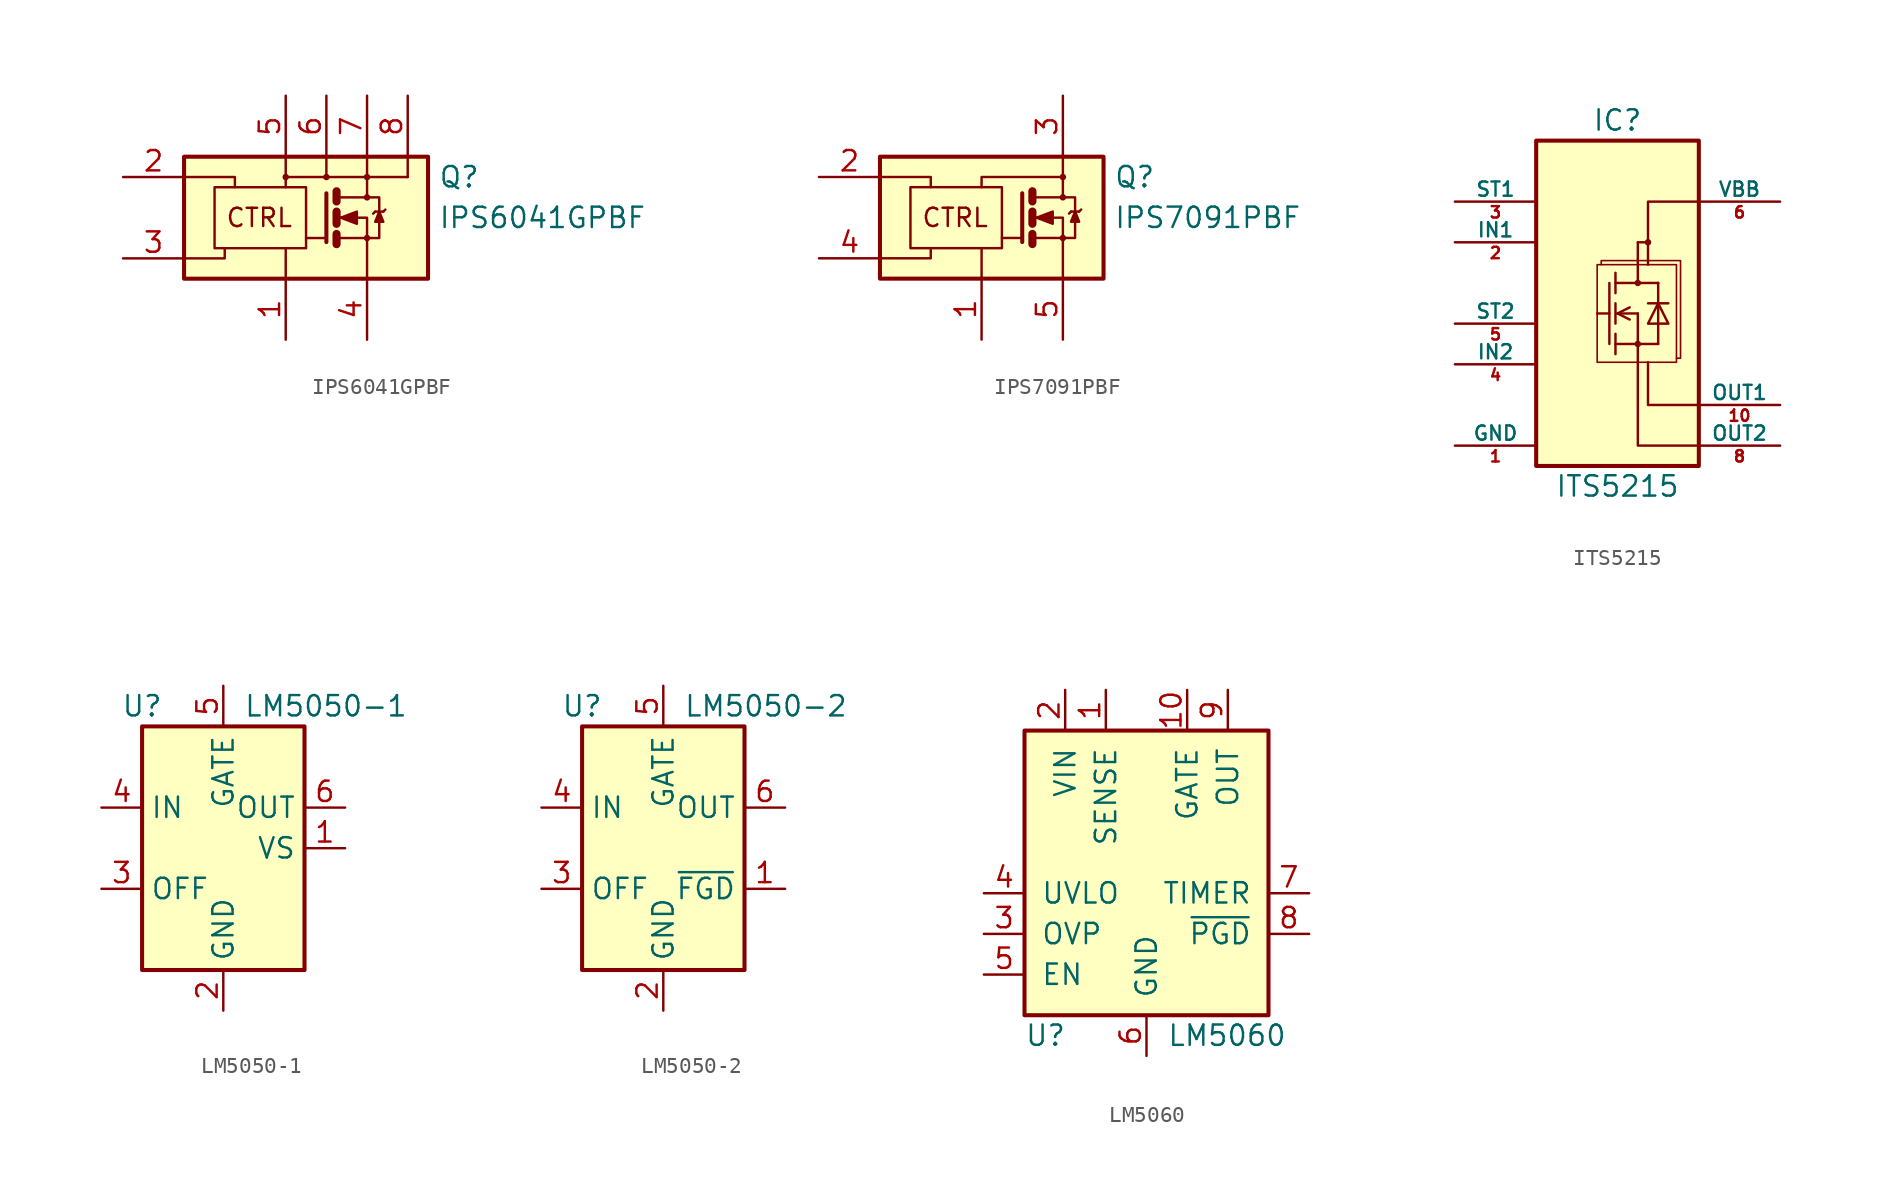
<source format=kicad_sym>
(kicad_symbol_lib
  (version 20201005)
  (generator kicad_symbol_editor)
  (symbol "IPS6041GPBF"
    (pin_names
      (offset 0) hide)
    (property "Reference" "Q"
      (at 9.525 2.54 0)
      (effects (font (size 1.27 1.27)) (justify left)))
    (property "Value" "IPS6041GPBF"
      (at 9.525 0 0)
      (effects (font (size 1.27 1.27)) (justify left)))
    (symbol "IPS6041GPBF_0_0"
      (circle (center 0 2.54) (radius 0.127) (stroke (width 0)) (fill (type none)))
      (circle (center 2.54 2.54) (radius 0.127) (stroke (width 0)) (fill (type none)))
      (circle (center 5.08 2.54) (radius 0.127) (stroke (width 0)) (fill (type none)))
      (text "CTRL" (at -1.651 0 0) (effects (font (size 1.143 1.143))))
      (rectangle (start -6.35 3.81) (end 8.89 -3.81) (stroke (width 0.254)) (fill (type background)))
      (polyline (pts (xy 0 -3.81) (xy 0 -1.905)) (stroke (width 0)) (fill (type none)))
      (polyline (pts (xy 0 2.54) (xy 0 3.81)) (stroke (width 0)) (fill (type none)))
      (polyline (pts (xy 2.54 2.54) (xy 2.54 3.81)) (stroke (width 0)) (fill (type none)))
      (polyline (pts (xy -6.35 -2.54) (xy -3.81 -2.54) (xy -3.81 -1.905)) (stroke (width 0)) (fill (type none)))
      (polyline (pts (xy -6.35 2.54) (xy -3.175 2.54) (xy -3.175 1.905)) (stroke (width 0)) (fill (type none)))
      (polyline (pts (xy 0 1.905) (xy 0 2.54) (xy 5.08 2.54)) (stroke (width 0)) (fill (type none))))
    (symbol "IPS6041GPBF_0_1"
      (circle (center 5.08 -1.27) (radius 0.127) (stroke (width 0)) (fill (type none)))
      (circle (center 5.08 1.27) (radius 0.127) (stroke (width 0)) (fill (type none)))
      (rectangle (start -4.445 1.905) (end 1.27 -1.905) (stroke (width 0)) (fill (type none)))
      (polyline (pts (xy 2.54 -1.27) (xy 1.27 -1.27)) (stroke (width 0)) (fill (type none)))
      (polyline (pts (xy 3.175 -1.016) (xy 3.175 -1.651)) (stroke (width 0.508)) (fill (type none)))
      (polyline (pts (xy 3.175 0.381) (xy 3.175 -0.381)) (stroke (width 0.508)) (fill (type none)))
      (polyline (pts (xy 3.175 1.651) (xy 3.175 1.016)) (stroke (width 0.508)) (fill (type none)))
      (polyline (pts (xy 3.302 -1.27) (xy 5.08 -1.27)) (stroke (width 0)) (fill (type none)))
      (polyline (pts (xy 3.302 1.27) (xy 5.08 1.27)) (stroke (width 0)) (fill (type none)))
      (polyline (pts (xy 5.08 1.27) (xy 5.08 3.81)) (stroke (width 0)) (fill (type none)))
      (polyline (pts (xy 5.08 2.54) (xy 7.62 2.54)) (stroke (width 0)) (fill (type none)))
      (polyline (pts (xy 5.588 0.381) (xy 5.461 0.254)) (stroke (width 0)) (fill (type none)))
      (polyline (pts (xy 5.588 0.381) (xy 6.096 0.381)) (stroke (width 0)) (fill (type none)))
      (polyline (pts (xy 6.096 0.381) (xy 6.223 0.508)) (stroke (width 0)) (fill (type none)))
      (polyline (pts (xy 7.62 3.81) (xy 7.62 2.54)) (stroke (width 0)) (fill (type none)))
      (polyline (pts (xy 2.54 1.524) (xy 2.54 -1.524) (xy 2.54 -1.524)) (stroke (width 0.254)) (fill (type none)))
      (polyline (pts (xy 3.302 0) (xy 5.08 0) (xy 5.08 -3.81)) (stroke (width 0)) (fill (type none)))
      (polyline (pts (xy 5.08 -1.27) (xy 5.842 -1.27) (xy 5.842 1.27) (xy 5.08 1.27)) (stroke (width 0)) (fill (type none)))
      (polyline (pts (xy 5.842 0.381) (xy 5.588 -0.254) (xy 6.096 -0.254) (xy 5.842 0.381)) (stroke (width 0)) (fill (type outline)))
      (polyline (pts (xy 3.429 0) (xy 4.445 0.381) (xy 4.445 -0.381) (xy 3.429 0) (xy 3.556 0) (xy 3.556 0)) (stroke (width 0)) (fill (type outline))))
    (symbol "IPS6041GPBF_1_1"
      (pin power_in line (at 0 -7.62 90) (length 3.81) (name "GND" (effects (font (size 1.27 1.27)))) (number "1" (effects (font (size 1.27 1.27)))))
      (pin input line (at -10.16 2.54 0) (length 3.81) (name "IN" (effects (font (size 1.27 1.27)))) (number "2" (effects (font (size 1.27 1.27)))))
      (pin bidirectional line (at -10.16 -2.54 0) (length 3.81) (name "DG" (effects (font (size 1.27 1.27)))) (number "3" (effects (font (size 1.27 1.27)))))
      (pin output line (at 5.08 -7.62 90) (length 3.81) (name "OUT" (effects (font (size 1.27 1.27)))) (number "4" (effects (font (size 1.27 1.27)))))
      (pin power_in line (at 0 7.62 270) (length 3.81) (name "VCC" (effects (font (size 1.27 1.27)))) (number "5" (effects (font (size 1.27 1.27)))))
      (pin power_in line (at 2.54 7.62 270) (length 3.81) (name "~" (effects (font (size 1.27 1.27)))) (number "6" (effects (font (size 1.27 1.27)))))
      (pin power_in line (at 5.08 7.62 270) (length 3.81) (name "~" (effects (font (size 1.27 1.27)))) (number "7" (effects (font (size 1.27 1.27)))))
      (pin power_in line (at 7.62 7.62 270) (length 3.81) (name "~" (effects (font (size 1.27 1.27)))) (number "8" (effects (font (size 1.27 1.27)))))))
  (symbol "IPS7091PBF"
    (pin_names
      (offset 0) hide)
    (property "Reference" "Q"
      (at 8.255 2.54 0)
      (effects (font (size 1.27 1.27)) (justify left)))
    (property "Value" "IPS7091PBF"
      (at 8.255 0 0)
      (effects (font (size 1.27 1.27)) (justify left)))
    (symbol "IPS7091PBF_0_0"
      (circle (center 5.08 2.54) (radius 0.127) (stroke (width 0)) (fill (type none)))
      (text "CTRL" (at -1.651 0 0) (effects (font (size 1.143 1.143))))
      (rectangle (start -6.35 3.81) (end 7.62 -3.81) (stroke (width 0.254)) (fill (type background)))
      (polyline (pts (xy 0 -3.81) (xy 0 -1.905)) (stroke (width 0)) (fill (type none)))
      (polyline (pts (xy -6.35 -2.54) (xy -3.175 -2.54) (xy -3.175 -1.905)) (stroke (width 0)) (fill (type none)))
      (polyline (pts (xy -6.35 2.54) (xy -3.175 2.54) (xy -3.175 1.905)) (stroke (width 0)) (fill (type none)))
      (polyline (pts (xy 0 1.905) (xy 0 2.54) (xy 5.08 2.54)) (stroke (width 0)) (fill (type none))))
    (symbol "IPS7091PBF_0_1"
      (circle (center 5.08 -1.27) (radius 0.127) (stroke (width 0)) (fill (type none)))
      (circle (center 5.08 1.27) (radius 0.127) (stroke (width 0)) (fill (type none)))
      (rectangle (start -4.445 1.905) (end 1.27 -1.905) (stroke (width 0)) (fill (type none)))
      (polyline (pts (xy 2.54 -1.27) (xy 1.27 -1.27)) (stroke (width 0)) (fill (type none)))
      (polyline (pts (xy 3.175 -1.016) (xy 3.175 -1.651)) (stroke (width 0.508)) (fill (type none)))
      (polyline (pts (xy 3.175 0.381) (xy 3.175 -0.381)) (stroke (width 0.508)) (fill (type none)))
      (polyline (pts (xy 3.175 1.651) (xy 3.175 1.016)) (stroke (width 0.508)) (fill (type none)))
      (polyline (pts (xy 5.588 0.381) (xy 5.461 0.254)) (stroke (width 0)) (fill (type none)))
      (polyline (pts (xy 5.588 0.381) (xy 6.096 0.381)) (stroke (width 0)) (fill (type none)))
      (polyline (pts (xy 6.096 0.381) (xy 6.223 0.508)) (stroke (width 0)) (fill (type none)))
      (polyline (pts (xy 2.54 1.524) (xy 2.54 -1.524) (xy 2.54 -1.524)) (stroke (width 0.254)) (fill (type none)))
      (polyline (pts (xy 3.302 0) (xy 5.08 0) (xy 5.08 -3.81)) (stroke (width 0)) (fill (type none)))
      (polyline (pts (xy 5.08 3.81) (xy 5.08 1.27) (xy 3.302 1.27)) (stroke (width 0)) (fill (type none)))
      (polyline (pts (xy 3.302 -1.27) (xy 5.842 -1.27) (xy 5.842 1.27) (xy 5.08 1.27)) (stroke (width 0)) (fill (type none)))
      (polyline (pts (xy 5.842 0.381) (xy 5.588 -0.254) (xy 6.096 -0.254) (xy 5.842 0.381)) (stroke (width 0)) (fill (type outline)))
      (polyline (pts (xy 3.429 0) (xy 4.445 0.381) (xy 4.445 -0.381) (xy 3.429 0) (xy 3.556 0) (xy 3.556 0)) (stroke (width 0)) (fill (type outline))))
    (symbol "IPS7091PBF_1_1"
      (pin power_in line (at 0 -7.62 90) (length 3.81) (name "GND" (effects (font (size 1.27 1.27)))) (number "1" (effects (font (size 1.27 1.27)))))
      (pin input line (at -10.16 2.54 0) (length 3.81) (name "IN" (effects (font (size 1.27 1.27)))) (number "2" (effects (font (size 1.27 1.27)))))
      (pin power_in line (at 5.08 7.62 270) (length 3.81) (name "VCC" (effects (font (size 1.27 1.27)))) (number "3" (effects (font (size 1.27 1.27)))))
      (pin bidirectional line (at -10.16 -2.54 0) (length 3.81) (name "DG" (effects (font (size 1.27 1.27)))) (number "4" (effects (font (size 1.27 1.27)))))
      (pin output line (at 5.08 -7.62 90) (length 3.81) (name "OUT" (effects (font (size 1.27 1.27)))) (number "5" (effects (font (size 1.27 1.27)))))))
  (symbol "ITS5215"
    (pin_names
      (offset 0))
    (property "Reference" "IC"
      (at 0 12.7 0)
      (effects (font (size 1.27 1.27))))
    (property "Value" "ITS5215"
      (at 0 -10.16 0)
      (effects (font (size 1.27 1.27))))
    (symbol "ITS5215_0_1"
      (circle (center 1.27 -1.27) (radius 0.127) (stroke (width 0.152)) (fill (type none)))
      (circle (center 1.27 2.54) (radius 0.127) (stroke (width 0.152)) (fill (type none)))
      (circle (center 1.905 5.08) (radius 0.127) (stroke (width 0.152)) (fill (type none)))
      (rectangle (start -5.08 11.43) (end 5.08 -8.89) (stroke (width 0.254)) (fill (type background)))
      (rectangle (start -1.27 3.683) (end 3.683 -2.413) (stroke (width 0.102)) (fill (type none)))
      (polyline (pts (xy -1.27 0.635) (xy -0.508 0.635)) (stroke (width 0.152)) (fill (type none)))
      (polyline (pts (xy -0.508 2.54) (xy -0.508 -1.27)) (stroke (width 0.152)) (fill (type none)))
      (polyline (pts (xy -0.127 -1.27) (xy 2.54 -1.27)) (stroke (width 0.152)) (fill (type none)))
      (polyline (pts (xy -0.127 -0.635) (xy -0.127 -1.905)) (stroke (width 0.152)) (fill (type none)))
      (polyline (pts (xy -0.127 1.27) (xy -0.127 0)) (stroke (width 0.152)) (fill (type none)))
      (polyline (pts (xy -0.127 3.175) (xy -0.127 1.905)) (stroke (width 0.152)) (fill (type none)))
      (polyline (pts (xy 0 0.635) (xy 0.762 0.254)) (stroke (width 0.152)) (fill (type none)))
      (polyline (pts (xy 0 0.635) (xy 0.762 1.016)) (stroke (width 0.152)) (fill (type none)))
      (polyline (pts (xy 0 0.635) (xy 1.27 0.635)) (stroke (width 0.152)) (fill (type none)))
      (polyline (pts (xy 1.27 2.54) (xy 1.27 5.08)) (stroke (width 0)) (fill (type none)))
      (polyline (pts (xy 1.905 1.27) (xy 3.175 1.27)) (stroke (width 0.152)) (fill (type none)))
      (polyline (pts (xy 2.54 2.54) (xy -0.127 2.54)) (stroke (width 0.152)) (fill (type none)))
      (polyline (pts (xy 2.54 2.54) (xy 2.54 -1.27)) (stroke (width 0.152)) (fill (type none)))
      (polyline (pts (xy 2.54 2.54) (xy 2.54 2.54)) (stroke (width 0)) (fill (type none)))
      (polyline (pts (xy 1.27 0.635) (xy 1.27 0) (xy 1.27 -1.27)) (stroke (width 0.152)) (fill (type none)))
      (polyline (pts (xy 1.27 5.08) (xy 1.905 5.08) (xy 1.905 3.683)) (stroke (width 0.152)) (fill (type none)))
      (polyline (pts (xy 1.905 -2.413) (xy 1.905 -5.08) (xy 5.08 -5.08)) (stroke (width 0.152)) (fill (type none)))
      (polyline (pts (xy 5.08 -7.62) (xy 1.27 -7.62) (xy 1.27 -1.27)) (stroke (width 0.152)) (fill (type none)))
      (polyline (pts (xy 5.08 7.62) (xy 1.905 7.62) (xy 1.905 5.08)) (stroke (width 0.152)) (fill (type none)))
      (polyline (pts (xy 2.54 1.27) (xy 1.905 0) (xy 3.175 0) (xy 2.54 1.27)) (stroke (width 0.152)) (fill (type none)))
      (polyline (pts (xy -1.016 3.683) (xy -1.016 3.937) (xy 3.937 3.937) (xy 3.937 -2.159) (xy 3.683 -2.159)) (stroke (width 0.102)) (fill (type none))))
    (symbol "ITS5215_1_1"
      (pin power_in line (at -10.16 -7.62 0) (length 5.08) (name "GND" (effects (font (size 0.889 0.889)))) (number "1" (effects (font (size 0.711 0.711)))))
      (pin open_emitter line (at 10.16 -5.08 180) (length 5.08) (name "OUT1" (effects (font (size 0.889 0.889)))) (number "10" (effects (font (size 0.711 0.711)))))
      (pin no_connect line (at 5.08 -2.54 180) (length 5.08) hide (name "NC" (effects (font (size 0.889 0.889)))) (number "11" (effects (font (size 0.711 0.711)))))
      (pin passive line (at 10.16 7.62 180) (length 5.08) hide (name "VBB" (effects (font (size 0.889 0.889)))) (number "12" (effects (font (size 0.711 0.711)))))
      (pin passive line (at 10.16 7.62 180) (length 5.08) hide (name "VBB" (effects (font (size 0.889 0.889)))) (number "13" (effects (font (size 0.711 0.711)))))
      (pin input line (at -10.16 5.08 0) (length 5.08) (name "IN1" (effects (font (size 0.889 0.889)))) (number "2" (effects (font (size 0.711 0.711)))))
      (pin open_collector line (at -10.16 7.62 0) (length 5.08) (name "ST1" (effects (font (size 0.889 0.889)))) (number "3" (effects (font (size 0.711 0.711)))))
      (pin input line (at -10.16 -2.54 0) (length 5.08) (name "IN2" (effects (font (size 0.889 0.889)))) (number "4" (effects (font (size 0.711 0.711)))))
      (pin open_collector line (at -10.16 0 0) (length 5.08) (name "ST2" (effects (font (size 0.889 0.889)))) (number "5" (effects (font (size 0.711 0.711)))))
      (pin power_in line (at 10.16 7.62 180) (length 5.08) (name "VBB" (effects (font (size 0.889 0.889)))) (number "6" (effects (font (size 0.711 0.711)))))
      (pin no_connect line (at 5.08 2.54 180) (length 5.08) hide (name "NC" (effects (font (size 0.889 0.889)))) (number "7" (effects (font (size 0.711 0.711)))))
      (pin open_emitter line (at 10.16 -7.62 180) (length 5.08) (name "OUT2" (effects (font (size 0.889 0.889)))) (number "8" (effects (font (size 0.711 0.711)))))
      (pin no_connect line (at 5.08 0 180) (length 5.08) hide (name "NC" (effects (font (size 0.889 0.889)))) (number "9" (effects (font (size 0.711 0.711)))))))
  (symbol "LM5050-1"
    (property "Reference" "U"
      (at -5.08 8.89 0)
      (effects (font (size 1.27 1.27))))
    (property "Value" "LM5050-1"
      (at 1.27 8.89 0)
      (effects (font (size 1.27 1.27)) (justify left)))
    (symbol "LM5050-1_0_1"
      (rectangle (start -5.08 7.62) (end 5.08 -7.62) (stroke (width 0.254)) (fill (type background))))
    (symbol "LM5050-1_1_1"
      (pin passive line (at 7.62 0 180) (length 2.54) (name "VS" (effects (font (size 1.27 1.27)))) (number "1" (effects (font (size 1.27 1.27)))))
      (pin power_in line (at 0 -10.16 90) (length 2.54) (name "GND" (effects (font (size 1.27 1.27)))) (number "2" (effects (font (size 1.27 1.27)))))
      (pin input line (at -7.62 -2.54 0) (length 2.54) (name "OFF" (effects (font (size 1.27 1.27)))) (number "3" (effects (font (size 1.27 1.27)))))
      (pin input line (at -7.62 2.54 0) (length 2.54) (name "IN" (effects (font (size 1.27 1.27)))) (number "4" (effects (font (size 1.27 1.27)))))
      (pin output line (at 0 10.16 270) (length 2.54) (name "GATE" (effects (font (size 1.27 1.27)))) (number "5" (effects (font (size 1.27 1.27)))))
      (pin input line (at 7.62 2.54 180) (length 2.54) (name "OUT" (effects (font (size 1.27 1.27)))) (number "6" (effects (font (size 1.27 1.27)))))))
  (symbol "LM5050-2"
    (property "Reference" "U"
      (at -5.08 8.89 0)
      (effects (font (size 1.27 1.27))))
    (property "Value" "LM5050-2"
      (at 1.27 8.89 0)
      (effects (font (size 1.27 1.27)) (justify left)))
    (symbol "LM5050-2_0_1"
      (rectangle (start -5.08 7.62) (end 5.08 -7.62) (stroke (width 0.254)) (fill (type background))))
    (symbol "LM5050-2_1_1"
      (pin open_collector line (at 7.62 -2.54 180) (length 2.54) (name "~FGD" (effects (font (size 1.27 1.27)))) (number "1" (effects (font (size 1.27 1.27)))))
      (pin power_in line (at 0 -10.16 90) (length 2.54) (name "GND" (effects (font (size 1.27 1.27)))) (number "2" (effects (font (size 1.27 1.27)))))
      (pin input line (at -7.62 -2.54 0) (length 2.54) (name "OFF" (effects (font (size 1.27 1.27)))) (number "3" (effects (font (size 1.27 1.27)))))
      (pin input line (at -7.62 2.54 0) (length 2.54) (name "IN" (effects (font (size 1.27 1.27)))) (number "4" (effects (font (size 1.27 1.27)))))
      (pin output line (at 0 10.16 270) (length 2.54) (name "GATE" (effects (font (size 1.27 1.27)))) (number "5" (effects (font (size 1.27 1.27)))))
      (pin input line (at 7.62 2.54 180) (length 2.54) (name "OUT" (effects (font (size 1.27 1.27)))) (number "6" (effects (font (size 1.27 1.27)))))))
  (symbol "LM5060"
    (pin_names
      (offset 1.016))
    (property "Reference" "U"
      (at -7.62 -11.43 0)
      (effects (font (size 1.27 1.27)) (justify left)))
    (property "Value" "LM5060"
      (at 1.27 -11.43 0)
      (effects (font (size 1.27 1.27)) (justify left)))
    (symbol "LM5060_0_1"
      (rectangle (start 7.62 7.62) (end -7.62 -10.16) (stroke (width 0.254)) (fill (type background))))
    (symbol "LM5060_1_0"
      (pin power_in line (at 0 -12.7 90) (length 2.54) (name "GND" (effects (font (size 1.27 1.27)))) (number "6" (effects (font (size 1.27 1.27))))))
    (symbol "LM5060_1_1"
      (pin input line (at -2.54 10.16 270) (length 2.54) (name "SENSE" (effects (font (size 1.27 1.27)))) (number "1" (effects (font (size 1.27 1.27)))))
      (pin output line (at 2.54 10.16 270) (length 2.54) (name "GATE" (effects (font (size 1.27 1.27)))) (number "10" (effects (font (size 1.27 1.27)))))
      (pin power_in line (at -5.08 10.16 270) (length 2.54) (name "VIN" (effects (font (size 1.27 1.27)))) (number "2" (effects (font (size 1.27 1.27)))))
      (pin input line (at -10.16 -5.08 0) (length 2.54) (name "OVP" (effects (font (size 1.27 1.27)))) (number "3" (effects (font (size 1.27 1.27)))))
      (pin input line (at -10.16 -2.54 0) (length 2.54) (name "UVLO" (effects (font (size 1.27 1.27)))) (number "4" (effects (font (size 1.27 1.27)))))
      (pin input line (at -10.16 -7.62 0) (length 2.54) (name "EN" (effects (font (size 1.27 1.27)))) (number "5" (effects (font (size 1.27 1.27)))))
      (pin input line (at 10.16 -2.54 180) (length 2.54) (name "TIMER" (effects (font (size 1.27 1.27)))) (number "7" (effects (font (size 1.27 1.27)))))
      (pin open_collector line (at 10.16 -5.08 180) (length 2.54) (name "~PGD" (effects (font (size 1.27 1.27)))) (number "8" (effects (font (size 1.27 1.27)))))
      (pin input line (at 5.08 10.16 270) (length 2.54) (name "OUT" (effects (font (size 1.27 1.27)))) (number "9" (effects (font (size 1.27 1.27))))))))
</source>
